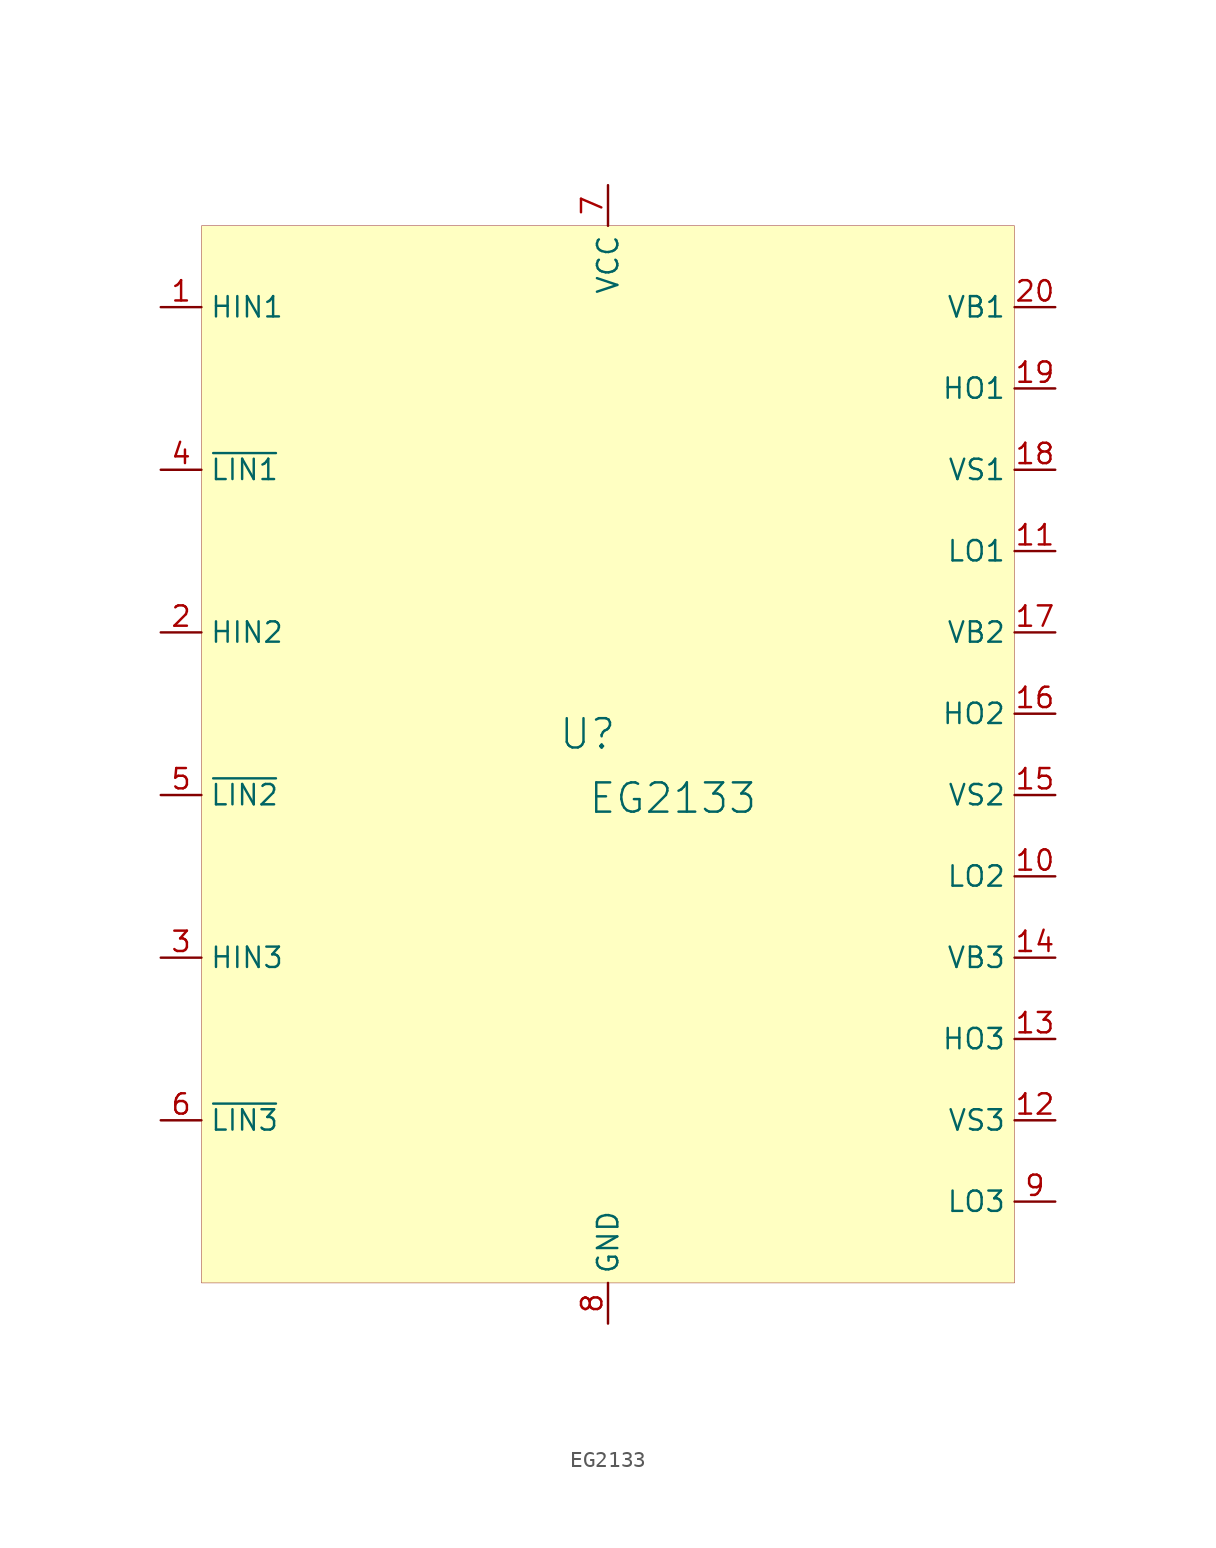
<source format=kicad_sym>
(kicad_symbol_lib
  (version 20231120)
  (generator "kicad_symbol_editor")
  (generator_version "8.0")
  (symbol "EG2133"
    (property "Reference" "U"
      (at -1.27 1.27 0)
      (effects (font (size 1.829 1.829))))
    (property "Value" "EG2133"
      (at -1.27 -3.81 0)
      (effects (font (size 1.829 1.829)) (justify left bottom)))
    (symbol "EG2133_1_0"
      (rectangle (start 25.4 33.02) (end -25.4 -33.02) (stroke (width 0.025) (type solid) (color 128 0 0 1)) (fill (type background)))
      (pin passive line (at -27.94 27.94 0) (length 2.54) (name "HIN1" (effects (font (size 1.27 1.27)))) (number "1" (effects (font (size 1.27 1.27)))))
      (pin passive line (at 27.94 -7.62 180) (length 2.54) (name "LO2" (effects (font (size 1.27 1.27)))) (number "10" (effects (font (size 1.27 1.27)))))
      (pin passive line (at 27.94 12.7 180) (length 2.54) (name "LO1" (effects (font (size 1.27 1.27)))) (number "11" (effects (font (size 1.27 1.27)))))
      (pin passive line (at 27.94 -22.86 180) (length 2.54) (name "VS3" (effects (font (size 1.27 1.27)))) (number "12" (effects (font (size 1.27 1.27)))))
      (pin passive line (at 27.94 -17.78 180) (length 2.54) (name "HO3" (effects (font (size 1.27 1.27)))) (number "13" (effects (font (size 1.27 1.27)))))
      (pin passive line (at 27.94 -12.7 180) (length 2.54) (name "VB3" (effects (font (size 1.27 1.27)))) (number "14" (effects (font (size 1.27 1.27)))))
      (pin passive line (at 27.94 -2.54 180) (length 2.54) (name "VS2" (effects (font (size 1.27 1.27)))) (number "15" (effects (font (size 1.27 1.27)))))
      (pin passive line (at 27.94 2.54 180) (length 2.54) (name "HO2" (effects (font (size 1.27 1.27)))) (number "16" (effects (font (size 1.27 1.27)))))
      (pin passive line (at 27.94 7.62 180) (length 2.54) (name "VB2" (effects (font (size 1.27 1.27)))) (number "17" (effects (font (size 1.27 1.27)))))
      (pin passive line (at 27.94 17.78 180) (length 2.54) (name "VS1" (effects (font (size 1.27 1.27)))) (number "18" (effects (font (size 1.27 1.27)))))
      (pin passive line (at 27.94 22.86 180) (length 2.54) (name "HO1" (effects (font (size 1.27 1.27)))) (number "19" (effects (font (size 1.27 1.27)))))
      (pin passive line (at -27.94 7.62 0) (length 2.54) (name "HIN2" (effects (font (size 1.27 1.27)))) (number "2" (effects (font (size 1.27 1.27)))))
      (pin passive line (at 27.94 27.94 180) (length 2.54) (name "VB1" (effects (font (size 1.27 1.27)))) (number "20" (effects (font (size 1.27 1.27)))))
      (pin passive line (at -27.94 -12.7 0) (length 2.54) (name "HIN3" (effects (font (size 1.27 1.27)))) (number "3" (effects (font (size 1.27 1.27)))))
      (pin passive line (at -27.94 17.78 0) (length 2.54) (name "~{LIN1}" (effects (font (size 1.27 1.27)))) (number "4" (effects (font (size 1.27 1.27)))))
      (pin passive line (at -27.94 -2.54 0) (length 2.54) (name "~{LIN2}" (effects (font (size 1.27 1.27)))) (number "5" (effects (font (size 1.27 1.27)))))
      (pin passive line (at -27.94 -22.86 0) (length 2.54) (name "~{LIN3}" (effects (font (size 1.27 1.27)))) (number "6" (effects (font (size 1.27 1.27)))))
      (pin passive line (at 0 35.56 270) (length 2.54) (name "VCC" (effects (font (size 1.27 1.27)))) (number "7" (effects (font (size 1.27 1.27)))))
      (pin passive line (at 0 -35.56 90) (length 2.54) (name "GND" (effects (font (size 1.27 1.27)))) (number "8" (effects (font (size 1.27 1.27)))))
      (pin passive line (at 27.94 -27.94 180) (length 2.54) (name "LO3" (effects (font (size 1.27 1.27)))) (number "9" (effects (font (size 1.27 1.27))))))))
</source>
